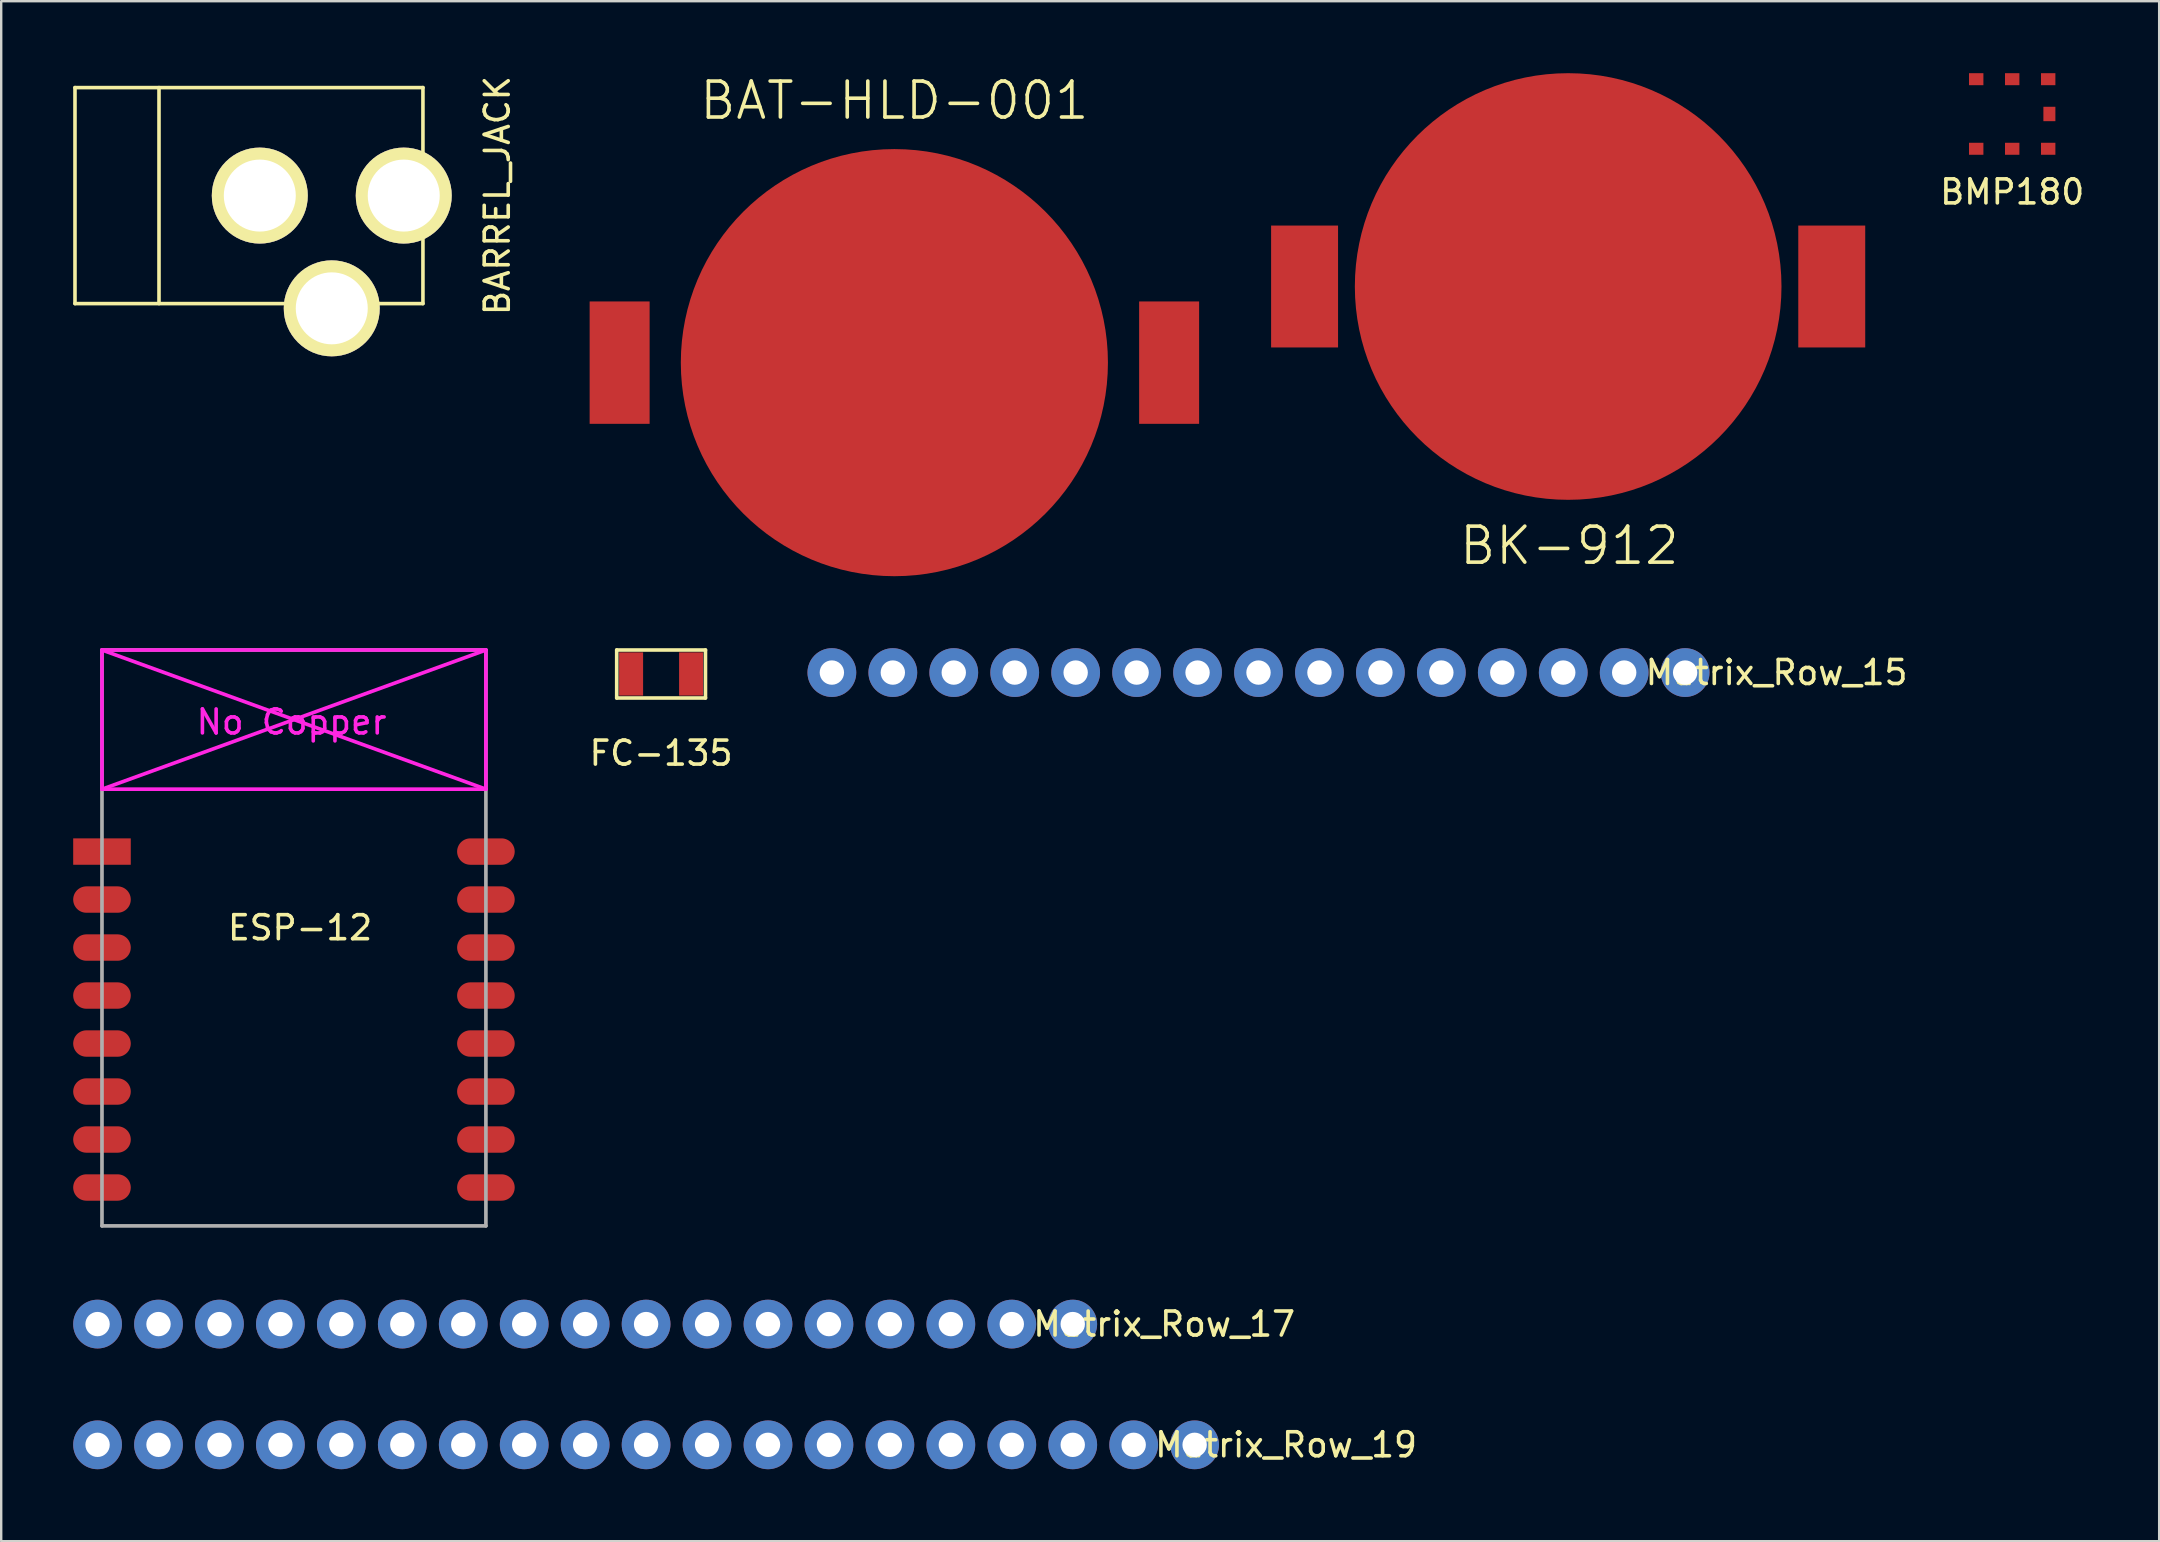
<source format=kicad_pcb>
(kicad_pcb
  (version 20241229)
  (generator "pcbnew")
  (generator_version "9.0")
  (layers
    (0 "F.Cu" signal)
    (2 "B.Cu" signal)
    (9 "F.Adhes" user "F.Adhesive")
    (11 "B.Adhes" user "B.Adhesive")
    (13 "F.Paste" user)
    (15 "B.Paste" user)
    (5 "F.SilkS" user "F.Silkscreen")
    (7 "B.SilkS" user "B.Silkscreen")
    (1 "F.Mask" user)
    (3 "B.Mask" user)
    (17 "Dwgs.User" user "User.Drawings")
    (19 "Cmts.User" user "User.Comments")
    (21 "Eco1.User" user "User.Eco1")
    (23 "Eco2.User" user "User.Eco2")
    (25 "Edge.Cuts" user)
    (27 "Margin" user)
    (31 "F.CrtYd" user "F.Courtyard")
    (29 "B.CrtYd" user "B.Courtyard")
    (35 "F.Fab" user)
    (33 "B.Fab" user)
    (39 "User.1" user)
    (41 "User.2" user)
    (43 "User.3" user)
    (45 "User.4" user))
  (footprint "BK-912"
    (layer "F.Cu")
    (at 62.303 8.89)
    (property "Reference" "BK-912" (at 0.05 10.8 0) (layer "F.SilkS") (effects (font (size 1.5 1.5) (thickness 0.15))))
    (attr through_hole)
    (pad "1" smd rect (at -10.985 0) (size 2.79 5.08) (layers "F.Cu" "F.Mask" "F.Paste"))
    (pad "1" smd rect (at 10.985 0) (size 2.79 5.08) (layers "F.Cu" "F.Mask" "F.Paste"))
    (pad "2" smd circle (at 0 0) (size 17.78 17.78) (layers "F.Cu" "F.Mask" "F.Paste")))
  (footprint "ESP-12"
    (layer "F.Cu")
    (at 1.2 32.439)
    (property "Reference" "ESP-12" (at 8.255 3.175 0) (layer "F.SilkS") (effects (font (size 1 1) (thickness 0.15))))
    (attr through_hole)
    (fp_line (start 0 -8.4) (end 0 -2.6) (stroke (width 0.152) (type solid)) (layer "F.CrtYd"))
    (fp_line (start 0 -8.4) (end 16 -2.6) (stroke (width 0.152) (type solid)) (layer "F.CrtYd"))
    (fp_line (start 0 -2.6) (end 16 -2.6) (stroke (width 0.152) (type solid)) (layer "F.CrtYd"))
    (fp_line (start 16 -8.4) (end 0 -8.4) (stroke (width 0.152) (type solid)) (layer "F.CrtYd"))
    (fp_line (start 16 -8.4) (end 0 -2.6) (stroke (width 0.152) (type solid)) (layer "F.CrtYd"))
    (fp_line (start 16 -2.6) (end 16 -8.4) (stroke (width 0.152) (type solid)) (layer "F.CrtYd"))
    (fp_line (start 0 -8.4) (end 16 -8.4) (stroke (width 0.152) (type solid)) (layer "F.Fab"))
    (fp_line (start 0 15.6) (end 0 -8.4) (stroke (width 0.152) (type solid)) (layer "F.Fab"))
    (fp_line (start 16 -8.4) (end 16 15.6) (stroke (width 0.152) (type solid)) (layer "F.Fab"))
    (fp_line (start 16 15.6) (end 0 15.6) (stroke (width 0.152) (type solid)) (layer "F.Fab"))
    (fp_text user "No Copper" (at 7.9 -5.4 0) (layer "F.CrtYd") (effects (font (size 1 1) (thickness 0.15))))
    (pad "1" smd rect (at 0 0) (size 2.4 1.1) (layers "F.Cu" "F.Mask" "F.Paste"))
    (pad "2" smd oval (at 0 2) (size 2.4 1.1) (layers "F.Cu" "F.Mask" "F.Paste"))
    (pad "3" smd oval (at 0 4) (size 2.4 1.1) (layers "F.Cu" "F.Mask" "F.Paste"))
    (pad "4" smd oval (at 0 6) (size 2.4 1.1) (layers "F.Cu" "F.Mask" "F.Paste"))
    (pad "5" smd oval (at 0 8) (size 2.4 1.1) (layers "F.Cu" "F.Mask" "F.Paste"))
    (pad "6" smd oval (at 0 10) (size 2.4 1.1) (layers "F.Cu" "F.Mask" "F.Paste"))
    (pad "7" smd oval (at 0 12) (size 2.4 1.1) (layers "F.Cu" "F.Mask" "F.Paste"))
    (pad "8" smd oval (at 0 14) (size 2.4 1.1) (layers "F.Cu" "F.Mask" "F.Paste"))
    (pad "9" smd oval (at 16 14) (size 2.4 1.1) (layers "F.Cu" "F.Mask" "F.Paste"))
    (pad "10" smd oval (at 16 12) (size 2.4 1.1) (layers "F.Cu" "F.Mask" "F.Paste"))
    (pad "11" smd oval (at 16 10) (size 2.4 1.1) (layers "F.Cu" "F.Mask" "F.Paste"))
    (pad "12" smd oval (at 16 8) (size 2.4 1.1) (layers "F.Cu" "F.Mask" "F.Paste"))
    (pad "13" smd oval (at 16 6) (size 2.4 1.1) (layers "F.Cu" "F.Mask" "F.Paste"))
    (pad "14" smd oval (at 16 4) (size 2.4 1.1) (layers "F.Cu" "F.Mask" "F.Paste"))
    (pad "15" smd oval (at 16 2) (size 2.4 1.1) (layers "F.Cu" "F.Mask" "F.Paste"))
    (pad "16" smd oval (at 16 0) (size 2.4 1.1) (layers "F.Cu" "F.Mask" "F.Paste")))
  (footprint "Matrix_Row_19"
    (layer "F.Cu")
    (at 23.876 57.163)
    (property "Reference" "Matrix_Row_19" (at 26.67 0 0) (layer "F.SilkS") (effects (font (size 1 1) (thickness 0.15))))
    (attr through_hole)
    (pad "1" thru_hole circle (at -22.86 0) (size 2.032 2.032) (drill 1.016) (layers "*.Cu" "*.Mask"))
    (pad "2" thru_hole circle (at -20.32 0) (size 2.032 2.032) (drill 1.016) (layers "*.Cu" "*.Mask"))
    (pad "3" thru_hole circle (at -17.78 0) (size 2.032 2.032) (drill 1.016) (layers "*.Cu" "*.Mask"))
    (pad "4" thru_hole circle (at -15.24 0) (size 2.032 2.032) (drill 1.016) (layers "*.Cu" "*.Mask"))
    (pad "5" thru_hole circle (at -12.7 0) (size 2.032 2.032) (drill 1.016) (layers "*.Cu" "*.Mask"))
    (pad "6" thru_hole circle (at -10.16 0) (size 2.032 2.032) (drill 1.016) (layers "*.Cu" "*.Mask"))
    (pad "7" thru_hole circle (at -7.62 0) (size 2.032 2.032) (drill 1.016) (layers "*.Cu" "*.Mask"))
    (pad "8" thru_hole circle (at -5.08 0) (size 2.032 2.032) (drill 1.016) (layers "*.Cu" "*.Mask"))
    (pad "9" thru_hole circle (at -2.54 0) (size 2.032 2.032) (drill 1.016) (layers "*.Cu" "*.Mask"))
    (pad "10" thru_hole circle (at 0 0) (size 2.032 2.032) (drill 1.016) (layers "*.Cu" "*.Mask"))
    (pad "11" thru_hole circle (at 2.54 0) (size 2.032 2.032) (drill 1.016) (layers "*.Cu" "*.Mask"))
    (pad "12" thru_hole circle (at 5.08 0) (size 2.032 2.032) (drill 1.016) (layers "*.Cu" "*.Mask"))
    (pad "13" thru_hole circle (at 7.62 0) (size 2.032 2.032) (drill 1.016) (layers "*.Cu" "*.Mask"))
    (pad "14" thru_hole circle (at 10.16 0) (size 2.032 2.032) (drill 1.016) (layers "*.Cu" "*.Mask"))
    (pad "15" thru_hole circle (at 12.7 0) (size 2.032 2.032) (drill 1.016) (layers "*.Cu" "*.Mask"))
    (pad "16" thru_hole circle (at 15.24 0) (size 2.032 2.032) (drill 1.016) (layers "*.Cu" "*.Mask"))
    (pad "17" thru_hole circle (at 17.78 0) (size 2.032 2.032) (drill 1.016) (layers "*.Cu" "*.Mask"))
    (pad "18" thru_hole circle (at 20.32 0) (size 2.032 2.032) (drill 1.016) (layers "*.Cu" "*.Mask"))
    (pad "19" thru_hole circle (at 22.86 0) (size 2.032 2.032) (drill 1.016) (layers "*.Cu" "*.Mask")))
  (footprint "BMP180"
    (layer "F.Cu")
    (at 80.808 1.7)
    (property "Reference" "BMP180" (at 0 3.25 0) (layer "F.SilkS") (effects (font (size 1 1) (thickness 0.15))))
    (attr through_hole)
    (pad "1" smd rect (at 1.5 -1.45) (size 0.6 0.5) (layers "F.Cu" "F.Mask" "F.Paste"))
    (pad "2" smd rect (at 0 -1.45) (size 0.6 0.5) (layers "F.Cu" "F.Mask" "F.Paste"))
    (pad "3" smd rect (at -1.5 -1.45) (size 0.6 0.5) (layers "F.Cu" "F.Mask" "F.Paste"))
    (pad "4" smd rect (at -1.5 1.45) (size 0.6 0.5) (layers "F.Cu" "F.Mask" "F.Paste"))
    (pad "5" smd rect (at 0 1.45) (size 0.6 0.5) (layers "F.Cu" "F.Mask" "F.Paste"))
    (pad "6" smd rect (at 1.5 1.45) (size 0.6 0.5) (layers "F.Cu" "F.Mask" "F.Paste"))
    (pad "7" smd rect (at 1.55 0) (size 0.5 0.6) (layers "F.Cu" "F.Mask" "F.Paste")))
  (footprint "BAT-HLD-001"
    (layer "F.Cu")
    (at 34.223 12.063)
    (property "Reference" "BAT-HLD-001" (at 0 -10.922 0) (layer "F.SilkS") (effects (font (size 1.5 1.5) (thickness 0.15))))
    (attr through_hole)
    (pad "1" smd rect (at -11.45 0) (size 2.5 5.1) (layers "F.Cu" "F.Mask" "F.Paste"))
    (pad "1" smd rect (at 11.45 0) (size 2.5 5.1) (layers "F.Cu" "F.Mask" "F.Paste"))
    (pad "2" smd circle (at 0 0) (size 17.8 17.8) (layers "F.Cu" "F.Mask")))
  (footprint "BARREL_JACK"
    (layer "F.Cu")
    (at 7.576 5.101)
    (property "Reference" "BARREL_JACK" (at 10.099 0 90) (layer "F.SilkS") (effects (font (size 1 1) (thickness 0.15))))
    (attr through_hole)
    (fp_line (start -7.501 -4.501) (end -7.501 4.501) (stroke (width 0.15) (type solid)) (layer "F.SilkS"))
    (fp_line (start -7.501 4.501) (end 7 4.501) (stroke (width 0.15) (type solid)) (layer "F.SilkS"))
    (fp_line (start -4 -4.501) (end -4 4.501) (stroke (width 0.15) (type solid)) (layer "F.SilkS"))
    (fp_line (start 7 -4.501) (end -7.501 -4.501) (stroke (width 0.15) (type solid)) (layer "F.SilkS"))
    (fp_line (start 7 4.501) (end 7 -4.501) (stroke (width 0.15) (type solid)) (layer "F.SilkS"))
    (pad "1" thru_hole circle (at 6.2 0) (size 4 4) (drill 3) (layers "*.Cu" "*.Mask" "F.SilkS"))
    (pad "2" thru_hole circle (at 0.201 0) (size 4 4) (drill 3) (layers "*.Cu" "*.Mask" "F.SilkS"))
    (pad "3" thru_hole circle (at 3.2 4.699) (size 4 4) (drill 3) (layers "*.Cu" "*.Mask" "F.SilkS")))
  (footprint "FC-135"
    (layer "F.Cu")
    (at 24.501 25.038)
    (property "Reference" "FC-135" (at 0 3.3 0) (layer "F.SilkS") (effects (font (size 1 1) (thickness 0.15))))
    (attr through_hole)
    (fp_line (start -1.85 -1) (end 1.85 -1) (stroke (width 0.15) (type solid)) (layer "F.SilkS"))
    (fp_line (start -1.85 1) (end -1.85 -1) (stroke (width 0.15) (type solid)) (layer "F.SilkS"))
    (fp_line (start 1.85 -1) (end 1.85 1) (stroke (width 0.15) (type solid)) (layer "F.SilkS"))
    (fp_line (start 1.85 1) (end -1.85 1) (stroke (width 0.15) (type solid)) (layer "F.SilkS"))
    (pad "1" smd rect (at -1.25 0) (size 1 1.8) (layers "F.Cu" "F.Mask" "F.Paste"))
    (pad "2" smd rect (at 1.25 0) (size 1 1.8) (layers "F.Cu" "F.Mask" "F.Paste")))
  (footprint "Matrix_Row_17"
    (layer "F.Cu")
    (at 21.336 52.131)
    (property "Reference" "Matrix_Row_17" (at 24.13 0 0) (layer "F.SilkS") (effects (font (size 1 1) (thickness 0.15))))
    (attr through_hole)
    (pad "1" thru_hole circle (at -20.32 0) (size 2.032 2.032) (drill 1.016) (layers "*.Cu" "*.Mask"))
    (pad "2" thru_hole circle (at -17.78 0) (size 2.032 2.032) (drill 1.016) (layers "*.Cu" "*.Mask"))
    (pad "3" thru_hole circle (at -15.24 0) (size 2.032 2.032) (drill 1.016) (layers "*.Cu" "*.Mask"))
    (pad "4" thru_hole circle (at -12.7 0) (size 2.032 2.032) (drill 1.016) (layers "*.Cu" "*.Mask"))
    (pad "5" thru_hole circle (at -10.16 0) (size 2.032 2.032) (drill 1.016) (layers "*.Cu" "*.Mask"))
    (pad "6" thru_hole circle (at -7.62 0) (size 2.032 2.032) (drill 1.016) (layers "*.Cu" "*.Mask"))
    (pad "7" thru_hole circle (at -5.08 0) (size 2.032 2.032) (drill 1.016) (layers "*.Cu" "*.Mask"))
    (pad "8" thru_hole circle (at -2.54 0) (size 2.032 2.032) (drill 1.016) (layers "*.Cu" "*.Mask"))
    (pad "9" thru_hole circle (at 0 0) (size 2.032 2.032) (drill 1.016) (layers "*.Cu" "*.Mask"))
    (pad "10" thru_hole circle (at 2.54 0) (size 2.032 2.032) (drill 1.016) (layers "*.Cu" "*.Mask"))
    (pad "11" thru_hole circle (at 5.08 0) (size 2.032 2.032) (drill 1.016) (layers "*.Cu" "*.Mask"))
    (pad "12" thru_hole circle (at 7.62 0) (size 2.032 2.032) (drill 1.016) (layers "*.Cu" "*.Mask"))
    (pad "13" thru_hole circle (at 10.16 0) (size 2.032 2.032) (drill 1.016) (layers "*.Cu" "*.Mask"))
    (pad "14" thru_hole circle (at 12.7 0) (size 2.032 2.032) (drill 1.016) (layers "*.Cu" "*.Mask"))
    (pad "15" thru_hole circle (at 15.24 0) (size 2.032 2.032) (drill 1.016) (layers "*.Cu" "*.Mask"))
    (pad "16" thru_hole circle (at 17.78 0) (size 2.032 2.032) (drill 1.016) (layers "*.Cu" "*.Mask"))
    (pad "17" thru_hole circle (at 20.32 0) (size 2.032 2.032) (drill 1.016) (layers "*.Cu" "*.Mask")))
  (footprint "Matrix_Row_15"
    (layer "F.Cu")
    (at 49.398 24.979)
    (property "Reference" "Matrix_Row_15" (at 21.59 0 0) (layer "F.SilkS") (effects (font (size 1 1) (thickness 0.15))))
    (attr through_hole)
    (pad "1" thru_hole circle (at -17.78 0) (size 2.032 2.032) (drill 1.016) (layers "*.Cu" "*.Mask"))
    (pad "2" thru_hole circle (at -15.24 0) (size 2.032 2.032) (drill 1.016) (layers "*.Cu" "*.Mask"))
    (pad "3" thru_hole circle (at -12.7 0) (size 2.032 2.032) (drill 1.016) (layers "*.Cu" "*.Mask"))
    (pad "4" thru_hole circle (at -10.16 0) (size 2.032 2.032) (drill 1.016) (layers "*.Cu" "*.Mask"))
    (pad "5" thru_hole circle (at -7.62 0) (size 2.032 2.032) (drill 1.016) (layers "*.Cu" "*.Mask"))
    (pad "6" thru_hole circle (at -5.08 0) (size 2.032 2.032) (drill 1.016) (layers "*.Cu" "*.Mask"))
    (pad "7" thru_hole circle (at -2.54 0) (size 2.032 2.032) (drill 1.016) (layers "*.Cu" "*.Mask"))
    (pad "8" thru_hole circle (at 0 0) (size 2.032 2.032) (drill 1.016) (layers "*.Cu" "*.Mask"))
    (pad "9" thru_hole circle (at 2.54 0) (size 2.032 2.032) (drill 1.016) (layers "*.Cu" "*.Mask"))
    (pad "10" thru_hole circle (at 5.08 0) (size 2.032 2.032) (drill 1.016) (layers "*.Cu" "*.Mask"))
    (pad "11" thru_hole circle (at 7.62 0) (size 2.032 2.032) (drill 1.016) (layers "*.Cu" "*.Mask"))
    (pad "12" thru_hole circle (at 10.16 0) (size 2.032 2.032) (drill 1.016) (layers "*.Cu" "*.Mask"))
    (pad "13" thru_hole circle (at 12.7 0) (size 2.032 2.032) (drill 1.016) (layers "*.Cu" "*.Mask"))
    (pad "14" thru_hole circle (at 15.24 0) (size 2.032 2.032) (drill 1.016) (layers "*.Cu" "*.Mask"))
    (pad "15" thru_hole circle (at 17.78 0) (size 2.032 2.032) (drill 1.016) (layers "*.Cu" "*.Mask")))
  (gr_rect
    (start -3 -3)
    (end 86.933 61.179)
    (stroke (width 0.1) (type default))
    (fill no)
    (layer "Edge.Cuts")))
</source>
